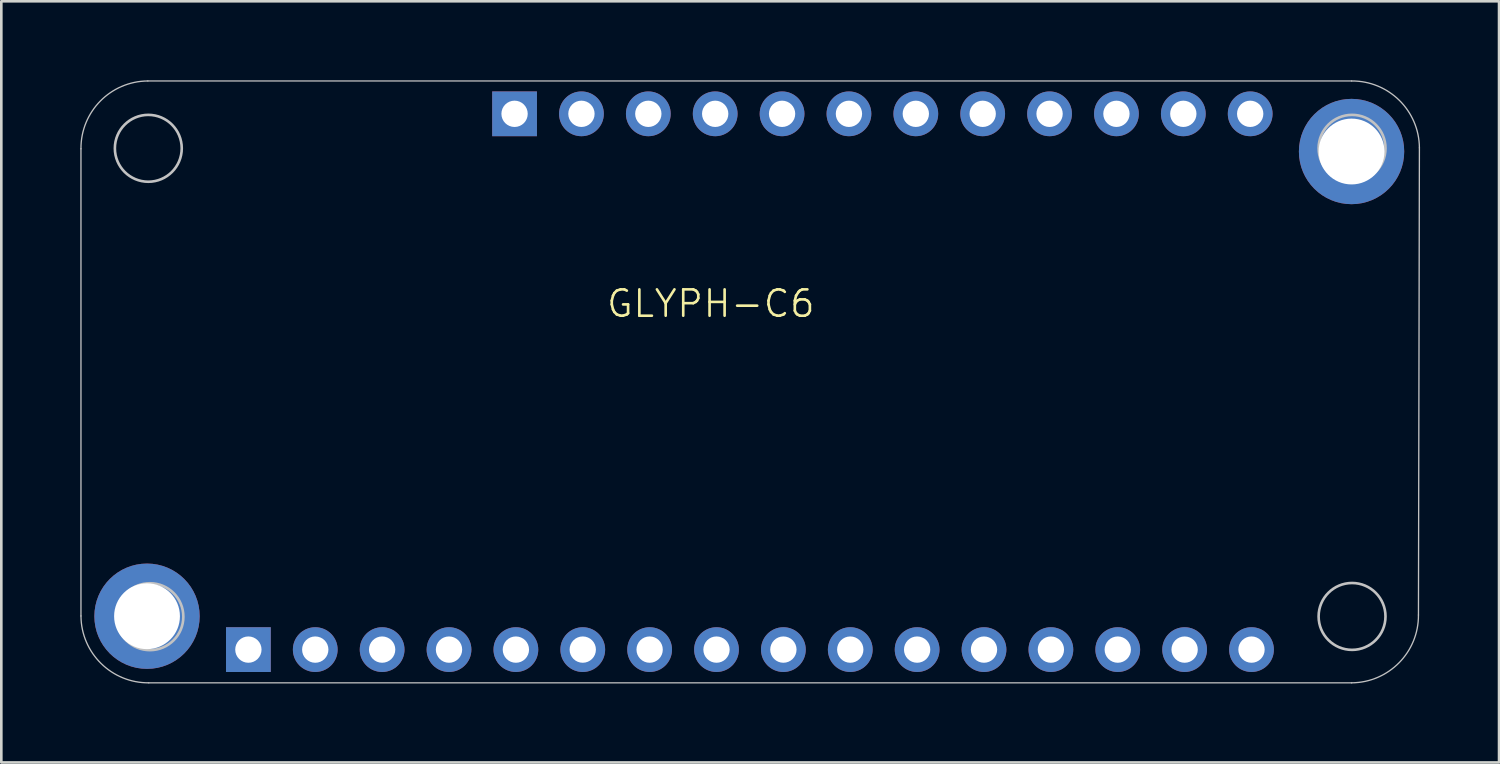
<source format=kicad_pcb>
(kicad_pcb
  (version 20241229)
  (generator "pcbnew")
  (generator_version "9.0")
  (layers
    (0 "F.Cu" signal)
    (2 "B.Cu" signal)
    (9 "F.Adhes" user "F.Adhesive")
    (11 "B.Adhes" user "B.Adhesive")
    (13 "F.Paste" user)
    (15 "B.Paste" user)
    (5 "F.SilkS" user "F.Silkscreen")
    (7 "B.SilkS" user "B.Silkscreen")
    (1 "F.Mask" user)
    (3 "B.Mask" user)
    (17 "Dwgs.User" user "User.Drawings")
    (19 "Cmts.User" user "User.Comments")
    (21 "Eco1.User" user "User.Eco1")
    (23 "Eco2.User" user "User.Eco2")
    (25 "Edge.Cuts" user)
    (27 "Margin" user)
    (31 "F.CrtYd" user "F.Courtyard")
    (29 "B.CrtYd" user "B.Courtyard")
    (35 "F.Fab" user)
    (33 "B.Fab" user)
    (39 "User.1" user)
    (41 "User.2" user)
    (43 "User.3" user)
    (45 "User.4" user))
  (footprint "GLYPH-C6"
    (layer "F.Cu")
    (at 25.434 11.455)
    (property "Reference" "GLYPH-C6" (at -1.486 -2.972 0) (unlocked yes) (layer "F.SilkS") (effects (font (size 1 1) (thickness 0.1))))
    (attr through_hole)
    (fp_line (start -25.409 8.89) (end -25.409 -8.854) (stroke (width 0.05) (type default)) (layer "Dwgs.User"))
    (fp_line (start -22.869 -11.43) (end 22.851 -11.43) (stroke (width 0.05) (type default)) (layer "Dwgs.User"))
    (fp_line (start 22.851 11.43) (end -22.833 11.43) (stroke (width 0.05) (type default)) (layer "Dwgs.User"))
    (fp_line (start 25.427 -8.89) (end 25.391 8.854) (stroke (width 0.05) (type default)) (layer "Dwgs.User"))
    (fp_arc (start -25.40876 -8.853842) (mid -24.672367 -10.667838) (end -22.869019 -11.429935) (stroke (width 0.05) (type default)) (layer "Dwgs.User"))
    (fp_arc (start -22.832926 11.429804) (mid -24.646927 10.693416) (end -25.409019 8.890063) (stroke (width 0.05) (type default)) (layer "Dwgs.User"))
    (fp_arc (start 22.850972 -11.429934) (mid 24.665016 -10.69359) (end 25.427065 -8.890193) (stroke (width 0.05) (type default)) (layer "Dwgs.User"))
    (fp_arc (start 25.390713 8.853971) (mid 24.654337 10.667983) (end 22.850972 11.430064) (stroke (width 0.05) (type default)) (layer "Dwgs.User"))
    (fp_circle (center -22.851 -8.872) (end -21.581 -8.872) (stroke (width 0.1) (type default)) (fill no) (layer "Dwgs.User"))
    (fp_circle (center -22.79 8.918) (end -21.52 8.918) (stroke (width 0.1) (type default)) (fill no) (layer "Dwgs.User"))
    (fp_circle (center 22.869 -8.872) (end 24.139 -8.872) (stroke (width 0.1) (type default)) (fill no) (layer "Dwgs.User"))
    (fp_circle (center 22.869 8.908) (end 24.139 8.908) (stroke (width 0.1) (type default)) (fill no) (layer "Dwgs.User"))
    (pad "" thru_hole circle (at -22.9 8.9) (size 4 4) (drill 2.5) (layers "*.Cu" "*.Mask") (remove_unused_layers yes) (keep_end_layers yes) (zone_layer_connections))
    (pad "" thru_hole circle (at 22.85 -8.75) (size 4 4) (drill 2.5) (layers "*.Cu" "*.Mask") (remove_unused_layers yes) (keep_end_layers yes) (zone_layer_connections))
    (pad "1" thru_hole oval (at 19 -10.182 270) (size 1.7 1.7) (drill 1) (layers "*.Cu" "*.Mask"))
    (pad "2" thru_hole oval (at 16.46 -10.182 270) (size 1.7 1.7) (drill 1) (layers "*.Cu" "*.Mask"))
    (pad "3" thru_hole oval (at 13.92 -10.182 270) (size 1.7 1.7) (drill 1) (layers "*.Cu" "*.Mask"))
    (pad "4" thru_hole oval (at 11.38 -10.182 270) (size 1.7 1.7) (drill 1) (layers "*.Cu" "*.Mask"))
    (pad "5" thru_hole oval (at 8.84 -10.182 270) (size 1.7 1.7) (drill 1) (layers "*.Cu" "*.Mask"))
    (pad "6" thru_hole oval (at 6.3 -10.182 270) (size 1.7 1.7) (drill 1) (layers "*.Cu" "*.Mask"))
    (pad "7" thru_hole oval (at 3.76 -10.182 270) (size 1.7 1.7) (drill 1) (layers "*.Cu" "*.Mask"))
    (pad "8" thru_hole oval (at 1.22 -10.182 270) (size 1.7 1.7) (drill 1) (layers "*.Cu" "*.Mask"))
    (pad "9" thru_hole oval (at -1.32 -10.182 270) (size 1.7 1.7) (drill 1) (layers "*.Cu" "*.Mask"))
    (pad "10" thru_hole oval (at -3.86 -10.182 270) (size 1.7 1.7) (drill 1) (layers "*.Cu" "*.Mask"))
    (pad "11" thru_hole oval (at -6.4 -10.182 270) (size 1.7 1.7) (drill 1) (layers "*.Cu" "*.Mask"))
    (pad "12" thru_hole rect (at -8.94 -10.182 270) (size 1.7 1.7) (drill 1) (layers "*.Cu" "*.Mask"))
    (pad "13" thru_hole rect (at -19.05 10.168 90) (size 1.7 1.7) (drill 1) (layers "*.Cu" "*.Mask") (remove_unused_layers yes) (keep_end_layers yes) (zone_layer_connections))
    (pad "14" thru_hole oval (at -16.51 10.168 90) (size 1.7 1.7) (drill 1) (layers "*.Cu" "*.Mask") (remove_unused_layers yes) (keep_end_layers yes) (zone_layer_connections))
    (pad "15" thru_hole oval (at -13.97 10.168 90) (size 1.7 1.7) (drill 1) (layers "*.Cu" "*.Mask") (remove_unused_layers yes) (keep_end_layers yes) (zone_layer_connections))
    (pad "16" thru_hole oval (at -11.43 10.168 90) (size 1.7 1.7) (drill 1) (layers "*.Cu" "*.Mask") (remove_unused_layers yes) (keep_end_layers yes) (zone_layer_connections))
    (pad "17" thru_hole oval (at -8.89 10.168 90) (size 1.7 1.7) (drill 1) (layers "*.Cu" "*.Mask") (remove_unused_layers yes) (keep_end_layers yes) (zone_layer_connections))
    (pad "18" thru_hole oval (at -6.35 10.168 90) (size 1.7 1.7) (drill 1) (layers "*.Cu" "*.Mask") (remove_unused_layers yes) (keep_end_layers yes) (zone_layer_connections))
    (pad "19" thru_hole oval (at -3.81 10.168 90) (size 1.7 1.7) (drill 1) (layers "*.Cu" "*.Mask") (remove_unused_layers yes) (keep_end_layers yes) (zone_layer_connections))
    (pad "20" thru_hole oval (at -1.27 10.168 90) (size 1.7 1.7) (drill 1) (layers "*.Cu" "*.Mask") (remove_unused_layers yes) (keep_end_layers yes) (zone_layer_connections))
    (pad "21" thru_hole oval (at 1.27 10.168 90) (size 1.7 1.7) (drill 1) (layers "*.Cu" "*.Mask") (remove_unused_layers yes) (keep_end_layers yes) (zone_layer_connections))
    (pad "22" thru_hole oval (at 3.81 10.168 90) (size 1.7 1.7) (drill 1) (layers "*.Cu" "*.Mask") (remove_unused_layers yes) (keep_end_layers yes) (zone_layer_connections))
    (pad "23" thru_hole oval (at 6.35 10.168 90) (size 1.7 1.7) (drill 1) (layers "*.Cu" "*.Mask") (remove_unused_layers yes) (keep_end_layers yes) (zone_layer_connections))
    (pad "24" thru_hole oval (at 8.89 10.168 90) (size 1.7 1.7) (drill 1) (layers "*.Cu" "*.Mask") (remove_unused_layers yes) (keep_end_layers yes) (zone_layer_connections))
    (pad "25" thru_hole oval (at 11.43 10.168 90) (size 1.7 1.7) (drill 1) (layers "*.Cu" "*.Mask") (remove_unused_layers yes) (keep_end_layers yes) (zone_layer_connections))
    (pad "26" thru_hole oval (at 13.97 10.168 90) (size 1.7 1.7) (drill 1) (layers "*.Cu" "*.Mask") (remove_unused_layers yes) (keep_end_layers yes) (zone_layer_connections))
    (pad "27" thru_hole oval (at 16.51 10.168 90) (size 1.7 1.7) (drill 1) (layers "*.Cu" "*.Mask") (remove_unused_layers yes) (keep_end_layers yes) (zone_layer_connections))
    (pad "28" thru_hole oval (at 19.05 10.168 90) (size 1.7 1.7) (drill 1) (layers "*.Cu" "*.Mask") (remove_unused_layers yes) (keep_end_layers yes) (zone_layer_connections)))
  (gr_rect
    (start -3 -3)
    (end 53.886 25.91)
    (stroke (width 0.1) (type default))
    (fill no)
    (layer "Edge.Cuts")))
</source>
